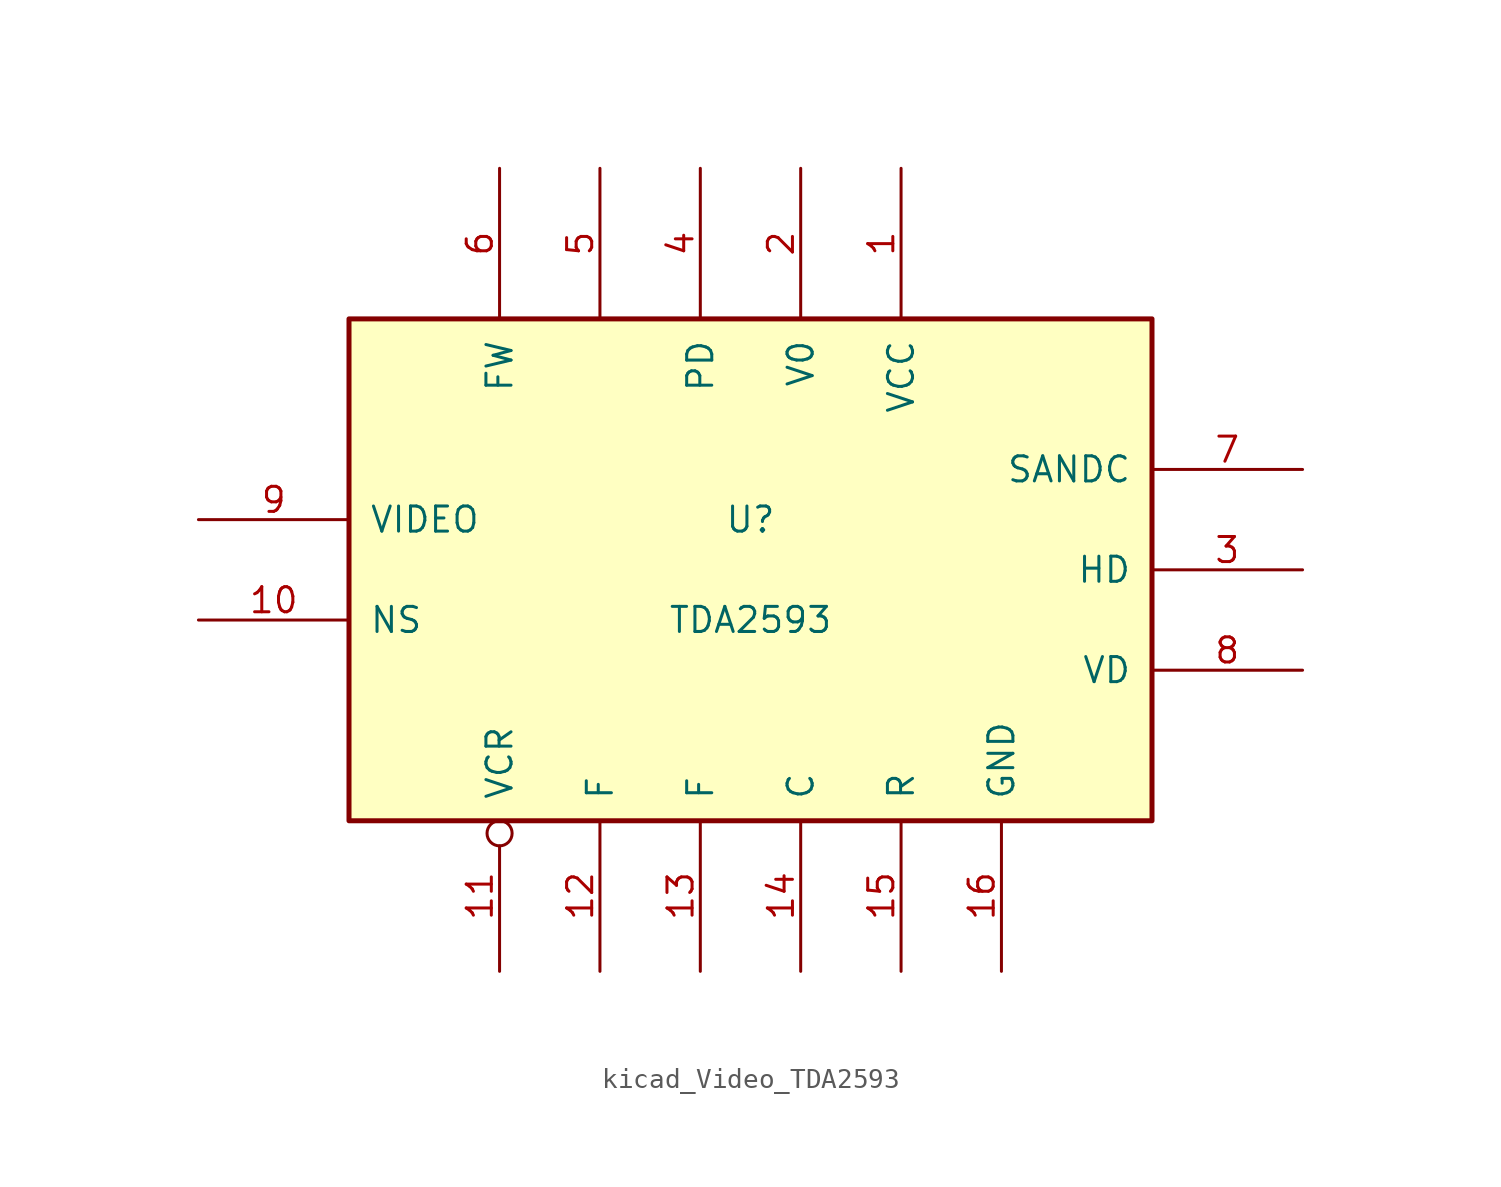
<source format=kicad_sym>
(kicad_symbol_lib
  (version 20220914)
  (generator kicad_symbol_editor)
  (symbol "kicad_Video_TDA2593"
    (pin_names
      (offset 1.016))
    (property "Reference" "U"
      (at 0 2.54 0)
      (effects (font (size 1.27 1.27))))
    (property "Value" "TDA2593"
      (at 0 -2.54 0)
      (effects (font (size 1.27 1.27))))
    (symbol "kicad_Video_TDA2593_0_1"
      (rectangle (start -20.32 -12.7) (end 20.32 12.7) (stroke (width 0.254) (type default)) (fill (type background))))
    (symbol "kicad_Video_TDA2593_1_1"
      (pin input line (at 7.62 20.32 270) (length 7.62) (name "VCC" (effects (font (size 1.27 1.27)))) (number "1" (effects (font (size 1.27 1.27)))))
      (pin input line (at -27.94 -2.54 0) (length 7.62) (name "NS" (effects (font (size 1.27 1.27)))) (number "10" (effects (font (size 1.27 1.27)))))
      (pin input inverted (at -12.7 -20.32 90) (length 7.62) (name "VCR" (effects (font (size 1.27 1.27)))) (number "11" (effects (font (size 1.27 1.27)))))
      (pin input line (at -7.62 -20.32 90) (length 7.62) (name "F" (effects (font (size 1.27 1.27)))) (number "12" (effects (font (size 1.27 1.27)))))
      (pin input line (at -2.54 -20.32 90) (length 7.62) (name "F" (effects (font (size 1.27 1.27)))) (number "13" (effects (font (size 1.27 1.27)))))
      (pin input line (at 2.54 -20.32 90) (length 7.62) (name "C" (effects (font (size 1.27 1.27)))) (number "14" (effects (font (size 1.27 1.27)))))
      (pin input line (at 7.62 -20.32 90) (length 7.62) (name "R" (effects (font (size 1.27 1.27)))) (number "15" (effects (font (size 1.27 1.27)))))
      (pin input line (at 12.7 -20.32 90) (length 7.62) (name "GND" (effects (font (size 1.27 1.27)))) (number "16" (effects (font (size 1.27 1.27)))))
      (pin input line (at 2.54 20.32 270) (length 7.62) (name "V0" (effects (font (size 1.27 1.27)))) (number "2" (effects (font (size 1.27 1.27)))))
      (pin output line (at 27.94 0 180) (length 7.62) (name "HD" (effects (font (size 1.27 1.27)))) (number "3" (effects (font (size 1.27 1.27)))))
      (pin input line (at -2.54 20.32 270) (length 7.62) (name "PD" (effects (font (size 1.27 1.27)))) (number "4" (effects (font (size 1.27 1.27)))))
      (pin input line (at -7.62 20.32 270) (length 7.62) (name "~" (effects (font (size 1.27 1.27)))) (number "5" (effects (font (size 1.27 1.27)))))
      (pin input line (at -12.7 20.32 270) (length 7.62) (name "FW" (effects (font (size 1.27 1.27)))) (number "6" (effects (font (size 1.27 1.27)))))
      (pin output line (at 27.94 5.08 180) (length 7.62) (name "SANDC" (effects (font (size 1.27 1.27)))) (number "7" (effects (font (size 1.27 1.27)))))
      (pin output line (at 27.94 -5.08 180) (length 7.62) (name "VD" (effects (font (size 1.27 1.27)))) (number "8" (effects (font (size 1.27 1.27)))))
      (pin input line (at -27.94 2.54 0) (length 7.62) (name "VIDEO" (effects (font (size 1.27 1.27)))) (number "9" (effects (font (size 1.27 1.27))))))))
</source>
